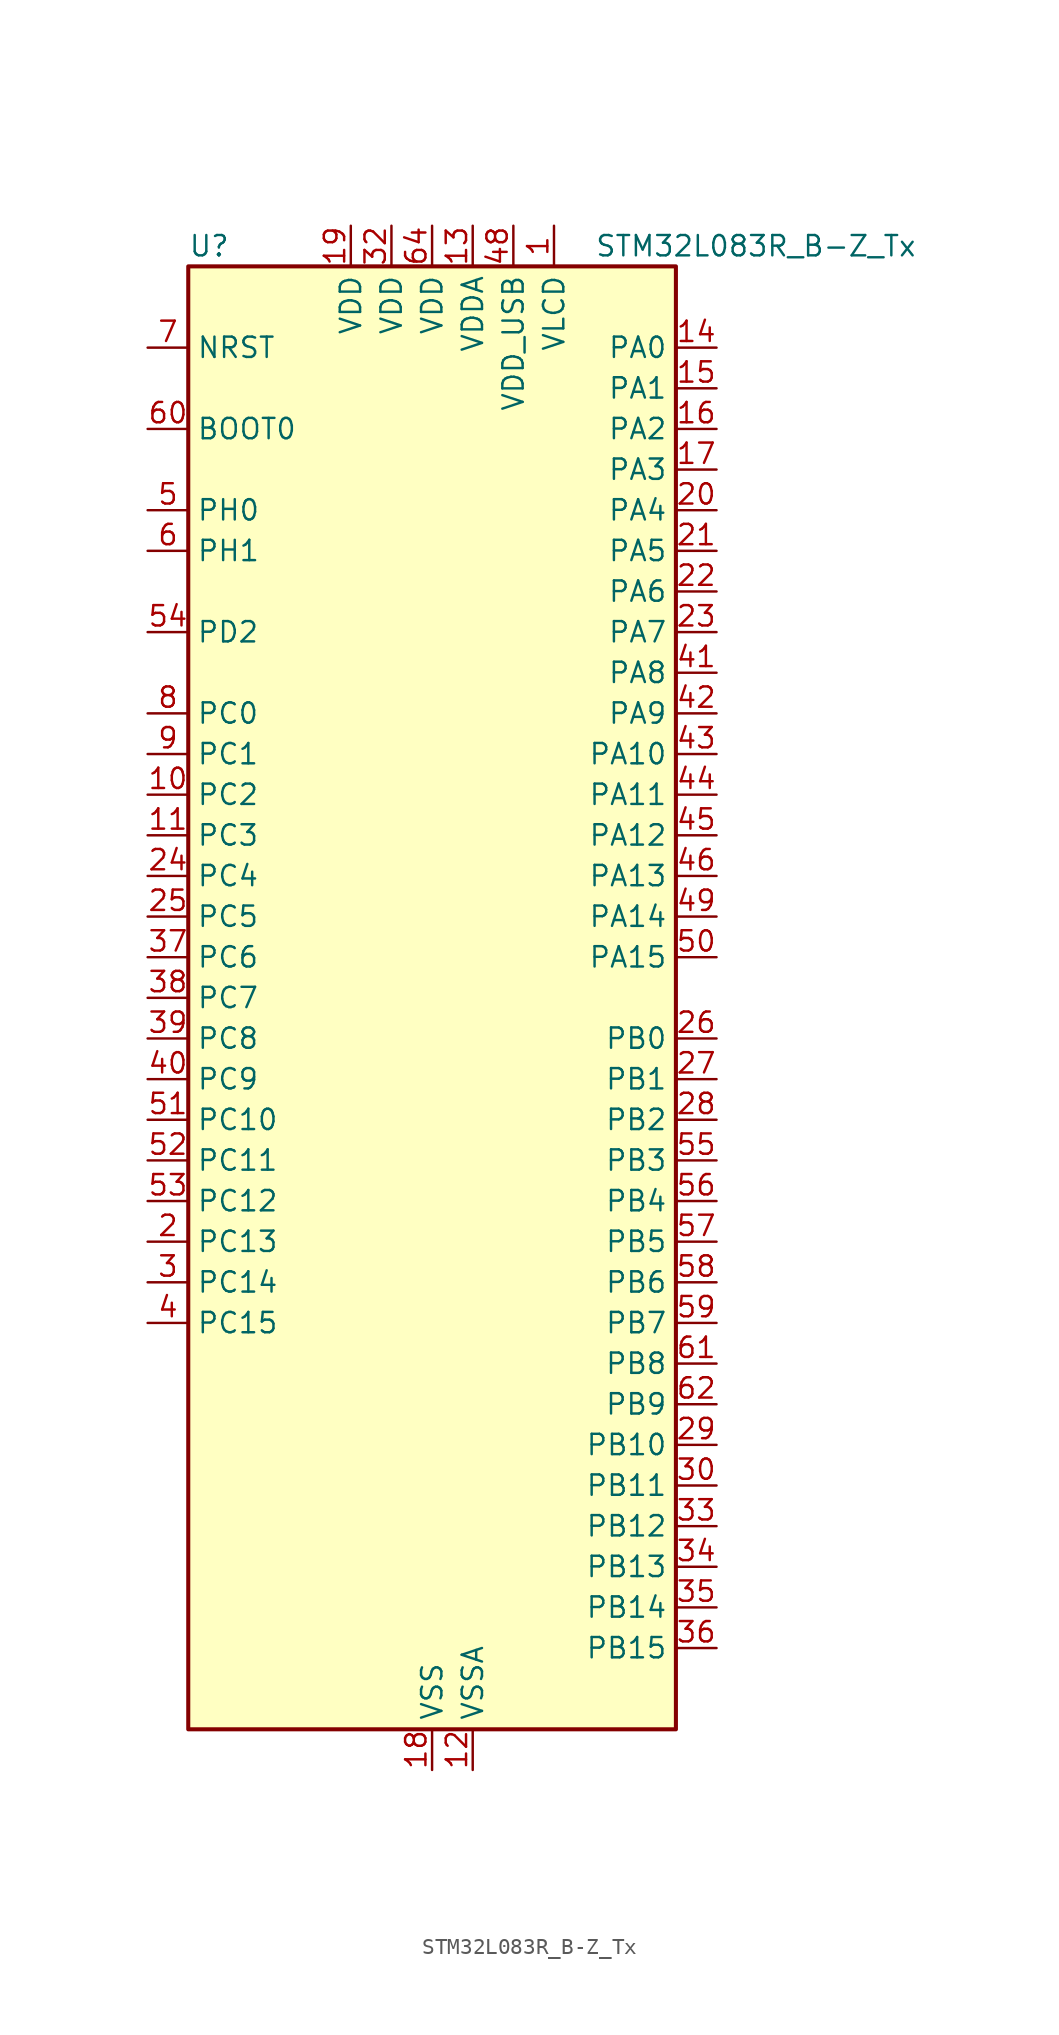
<source format=kicad_sym>
(kicad_symbol_lib
  (version 20241209)
  (generator "kicad_symbol_editor")
  (generator_version "9.0")
  (symbol "STM32L083R_B-Z_Tx"
    (property "Reference" "U"
      (at -15.24 46.99 0)
      (effects (font (size 1.27 1.27)) (justify left)))
    (property "Value" "STM32L083R_B-Z_Tx"
      (at 10.16 46.99 0)
      (effects (font (size 1.27 1.27)) (justify left)))
    (symbol "STM32L083R_B-Z_Tx_0_1"
      (rectangle (start -15.24 -45.72) (end 15.24 45.72) (stroke (width 0.254) (type default)) (fill (type background))))
    (symbol "STM32L083R_B-Z_Tx_1_1"
      (pin input line (at -17.78 40.64 0) (length 2.54) (name "NRST" (effects (font (size 1.27 1.27)))) (number "7" (effects (font (size 1.27 1.27)))))
      (pin input line (at -17.78 35.56 0) (length 2.54) (name "BOOT0" (effects (font (size 1.27 1.27)))) (number "60" (effects (font (size 1.27 1.27)))))
      (pin bidirectional line (at -17.78 30.48 0) (length 2.54) (name "PH0" (effects (font (size 1.27 1.27)))) (number "5" (effects (font (size 1.27 1.27)))) (alternate "CRS_SYNC" bidirectional line) (alternate "RCC_OSC_IN" bidirectional line))
      (pin bidirectional line (at -17.78 27.94 0) (length 2.54) (name "PH1" (effects (font (size 1.27 1.27)))) (number "6" (effects (font (size 1.27 1.27)))) (alternate "RCC_OSC_OUT" bidirectional line))
      (pin bidirectional line (at -17.78 22.86 0) (length 2.54) (name "PD2" (effects (font (size 1.27 1.27)))) (number "54" (effects (font (size 1.27 1.27)))) (alternate "LCD_COM7" bidirectional line) (alternate "LCD_SEG31" bidirectional line) (alternate "LPUART1_DE" bidirectional line) (alternate "LPUART1_RTS" bidirectional line) (alternate "TIM3_ETR" bidirectional line) (alternate "USART5_RX" bidirectional line))
      (pin bidirectional line (at -17.78 17.78 0) (length 2.54) (name "PC0" (effects (font (size 1.27 1.27)))) (number "8" (effects (font (size 1.27 1.27)))) (alternate "ADC_IN10" bidirectional line) (alternate "I2C3_SCL" bidirectional line) (alternate "LCD_SEG18" bidirectional line) (alternate "LPTIM1_IN1" bidirectional line) (alternate "LPUART1_RX" bidirectional line) (alternate "TSC_G7_IO1" bidirectional line))
      (pin bidirectional line (at -17.78 15.24 0) (length 2.54) (name "PC1" (effects (font (size 1.27 1.27)))) (number "9" (effects (font (size 1.27 1.27)))) (alternate "ADC_IN11" bidirectional line) (alternate "I2C3_SDA" bidirectional line) (alternate "LCD_SEG19" bidirectional line) (alternate "LPTIM1_OUT" bidirectional line) (alternate "LPUART1_TX" bidirectional line) (alternate "TSC_G7_IO2" bidirectional line))
      (pin bidirectional line (at -17.78 12.7 0) (length 2.54) (name "PC2" (effects (font (size 1.27 1.27)))) (number "10" (effects (font (size 1.27 1.27)))) (alternate "ADC_IN12" bidirectional line) (alternate "I2S2_MCK" bidirectional line) (alternate "LCD_SEG20" bidirectional line) (alternate "LPTIM1_IN2" bidirectional line) (alternate "SPI2_MISO" bidirectional line) (alternate "TSC_G7_IO3" bidirectional line))
      (pin bidirectional line (at -17.78 10.16 0) (length 2.54) (name "PC3" (effects (font (size 1.27 1.27)))) (number "11" (effects (font (size 1.27 1.27)))) (alternate "ADC_IN13" bidirectional line) (alternate "I2S2_SD" bidirectional line) (alternate "LCD_SEG21" bidirectional line) (alternate "LPTIM1_ETR" bidirectional line) (alternate "SPI2_MOSI" bidirectional line) (alternate "TSC_G7_IO4" bidirectional line))
      (pin bidirectional line (at -17.78 7.62 0) (length 2.54) (name "PC4" (effects (font (size 1.27 1.27)))) (number "24" (effects (font (size 1.27 1.27)))) (alternate "ADC_IN14" bidirectional line) (alternate "LCD_SEG22" bidirectional line) (alternate "LPUART1_TX" bidirectional line))
      (pin bidirectional line (at -17.78 5.08 0) (length 2.54) (name "PC5" (effects (font (size 1.27 1.27)))) (number "25" (effects (font (size 1.27 1.27)))) (alternate "ADC_IN15" bidirectional line) (alternate "LCD_SEG23" bidirectional line) (alternate "LPUART1_RX" bidirectional line) (alternate "TSC_G3_IO1" bidirectional line))
      (pin bidirectional line (at -17.78 2.54 0) (length 2.54) (name "PC6" (effects (font (size 1.27 1.27)))) (number "37" (effects (font (size 1.27 1.27)))) (alternate "LCD_SEG24" bidirectional line) (alternate "TIM22_CH1" bidirectional line) (alternate "TIM3_CH1" bidirectional line) (alternate "TSC_G8_IO1" bidirectional line))
      (pin bidirectional line (at -17.78 0 0) (length 2.54) (name "PC7" (effects (font (size 1.27 1.27)))) (number "38" (effects (font (size 1.27 1.27)))) (alternate "LCD_SEG25" bidirectional line) (alternate "TIM22_CH2" bidirectional line) (alternate "TIM3_CH2" bidirectional line) (alternate "TSC_G8_IO2" bidirectional line))
      (pin bidirectional line (at -17.78 -2.54 0) (length 2.54) (name "PC8" (effects (font (size 1.27 1.27)))) (number "39" (effects (font (size 1.27 1.27)))) (alternate "LCD_SEG26" bidirectional line) (alternate "TIM22_ETR" bidirectional line) (alternate "TIM3_CH3" bidirectional line) (alternate "TSC_G8_IO3" bidirectional line))
      (pin bidirectional line (at -17.78 -5.08 0) (length 2.54) (name "PC9" (effects (font (size 1.27 1.27)))) (number "40" (effects (font (size 1.27 1.27)))) (alternate "DAC_EXTI9" bidirectional line) (alternate "I2C3_SDA" bidirectional line) (alternate "LCD_SEG27" bidirectional line) (alternate "TIM21_ETR" bidirectional line) (alternate "TIM3_CH4" bidirectional line) (alternate "TSC_G8_IO4" bidirectional line) (alternate "USB_NOE" bidirectional line))
      (pin bidirectional line (at -17.78 -7.62 0) (length 2.54) (name "PC10" (effects (font (size 1.27 1.27)))) (number "51" (effects (font (size 1.27 1.27)))) (alternate "LCD_COM4" bidirectional line) (alternate "LCD_SEG28" bidirectional line) (alternate "LPUART1_TX" bidirectional line) (alternate "USART4_TX" bidirectional line))
      (pin bidirectional line (at -17.78 -10.16 0) (length 2.54) (name "PC11" (effects (font (size 1.27 1.27)))) (number "52" (effects (font (size 1.27 1.27)))) (alternate "ADC_EXTI11" bidirectional line) (alternate "LCD_COM5" bidirectional line) (alternate "LCD_SEG29" bidirectional line) (alternate "LPUART1_RX" bidirectional line) (alternate "USART4_RX" bidirectional line))
      (pin bidirectional line (at -17.78 -12.7 0) (length 2.54) (name "PC12" (effects (font (size 1.27 1.27)))) (number "53" (effects (font (size 1.27 1.27)))) (alternate "LCD_COM6" bidirectional line) (alternate "LCD_SEG30" bidirectional line) (alternate "USART4_CK" bidirectional line) (alternate "USART5_TX" bidirectional line))
      (pin bidirectional line (at -17.78 -15.24 0) (length 2.54) (name "PC13" (effects (font (size 1.27 1.27)))) (number "2" (effects (font (size 1.27 1.27)))) (alternate "RTC_OUT_ALARM" bidirectional line) (alternate "RTC_OUT_CALIB" bidirectional line) (alternate "RTC_TAMP1" bidirectional line) (alternate "RTC_TS" bidirectional line) (alternate "SYS_WKUP2" bidirectional line))
      (pin bidirectional line (at -17.78 -17.78 0) (length 2.54) (name "PC14" (effects (font (size 1.27 1.27)))) (number "3" (effects (font (size 1.27 1.27)))) (alternate "RCC_OSC32_IN" bidirectional line))
      (pin bidirectional line (at -17.78 -20.32 0) (length 2.54) (name "PC15" (effects (font (size 1.27 1.27)))) (number "4" (effects (font (size 1.27 1.27)))) (alternate "RCC_OSC32_OUT" bidirectional line))
      (pin power_in line (at -5.08 48.26 270) (length 2.54) (name "VDD" (effects (font (size 1.27 1.27)))) (number "19" (effects (font (size 1.27 1.27)))))
      (pin power_in line (at -2.54 48.26 270) (length 2.54) (name "VDD" (effects (font (size 1.27 1.27)))) (number "32" (effects (font (size 1.27 1.27)))))
      (pin power_in line (at 0 48.26 270) (length 2.54) (name "VDD" (effects (font (size 1.27 1.27)))) (number "64" (effects (font (size 1.27 1.27)))))
      (pin power_in line (at 0 -48.26 90) (length 2.54) (name "VSS" (effects (font (size 1.27 1.27)))) (number "18" (effects (font (size 1.27 1.27)))))
      (pin passive line (at 0 -48.26 90) (length 2.54) (hide yes) (name "VSS" (effects (font (size 1.27 1.27)))) (number "31" (effects (font (size 1.27 1.27)))))
      (pin passive line (at 0 -48.26 90) (length 2.54) (hide yes) (name "VSS" (effects (font (size 1.27 1.27)))) (number "47" (effects (font (size 1.27 1.27)))))
      (pin passive line (at 0 -48.26 90) (length 2.54) (hide yes) (name "VSS" (effects (font (size 1.27 1.27)))) (number "63" (effects (font (size 1.27 1.27)))))
      (pin power_in line (at 2.54 48.26 270) (length 2.54) (name "VDDA" (effects (font (size 1.27 1.27)))) (number "13" (effects (font (size 1.27 1.27)))))
      (pin power_in line (at 2.54 -48.26 90) (length 2.54) (name "VSSA" (effects (font (size 1.27 1.27)))) (number "12" (effects (font (size 1.27 1.27)))))
      (pin power_in line (at 5.08 48.26 270) (length 2.54) (name "VDD_USB" (effects (font (size 1.27 1.27)))) (number "48" (effects (font (size 1.27 1.27)))))
      (pin power_in line (at 7.62 48.26 270) (length 2.54) (name "VLCD" (effects (font (size 1.27 1.27)))) (number "1" (effects (font (size 1.27 1.27)))))
      (pin bidirectional line (at 17.78 40.64 180) (length 2.54) (name "PA0" (effects (font (size 1.27 1.27)))) (number "14" (effects (font (size 1.27 1.27)))) (alternate "ADC_IN0" bidirectional line) (alternate "COMP1_INM" bidirectional line) (alternate "COMP1_OUT" bidirectional line) (alternate "RTC_TAMP2" bidirectional line) (alternate "SYS_WKUP1" bidirectional line) (alternate "TIM2_CH1" bidirectional line) (alternate "TIM2_ETR" bidirectional line) (alternate "TSC_G1_IO1" bidirectional line) (alternate "USART2_CTS" bidirectional line) (alternate "USART4_TX" bidirectional line))
      (pin bidirectional line (at 17.78 38.1 180) (length 2.54) (name "PA1" (effects (font (size 1.27 1.27)))) (number "15" (effects (font (size 1.27 1.27)))) (alternate "ADC_IN1" bidirectional line) (alternate "COMP1_INP" bidirectional line) (alternate "LCD_SEG0" bidirectional line) (alternate "TIM21_ETR" bidirectional line) (alternate "TIM2_CH2" bidirectional line) (alternate "TSC_G1_IO2" bidirectional line) (alternate "USART2_DE" bidirectional line) (alternate "USART2_RTS" bidirectional line) (alternate "USART4_RX" bidirectional line))
      (pin bidirectional line (at 17.78 35.56 180) (length 2.54) (name "PA2" (effects (font (size 1.27 1.27)))) (number "16" (effects (font (size 1.27 1.27)))) (alternate "ADC_IN2" bidirectional line) (alternate "COMP2_INM" bidirectional line) (alternate "COMP2_OUT" bidirectional line) (alternate "LCD_SEG1" bidirectional line) (alternate "LPUART1_TX" bidirectional line) (alternate "TIM21_CH1" bidirectional line) (alternate "TIM2_CH3" bidirectional line) (alternate "TSC_G1_IO3" bidirectional line) (alternate "USART2_TX" bidirectional line))
      (pin bidirectional line (at 17.78 33.02 180) (length 2.54) (name "PA3" (effects (font (size 1.27 1.27)))) (number "17" (effects (font (size 1.27 1.27)))) (alternate "ADC_IN3" bidirectional line) (alternate "COMP2_INP" bidirectional line) (alternate "LCD_SEG2" bidirectional line) (alternate "LPUART1_RX" bidirectional line) (alternate "TIM21_CH2" bidirectional line) (alternate "TIM2_CH4" bidirectional line) (alternate "TSC_G1_IO4" bidirectional line) (alternate "USART2_RX" bidirectional line))
      (pin bidirectional line (at 17.78 30.48 180) (length 2.54) (name "PA4" (effects (font (size 1.27 1.27)))) (number "20" (effects (font (size 1.27 1.27)))) (alternate "ADC_IN4" bidirectional line) (alternate "COMP1_INM" bidirectional line) (alternate "COMP2_INM" bidirectional line) (alternate "DAC_OUT1" bidirectional line) (alternate "SPI1_NSS" bidirectional line) (alternate "TIM22_ETR" bidirectional line) (alternate "TSC_G2_IO1" bidirectional line) (alternate "USART2_CK" bidirectional line))
      (pin bidirectional line (at 17.78 27.94 180) (length 2.54) (name "PA5" (effects (font (size 1.27 1.27)))) (number "21" (effects (font (size 1.27 1.27)))) (alternate "ADC_IN5" bidirectional line) (alternate "COMP1_INM" bidirectional line) (alternate "COMP2_INM" bidirectional line) (alternate "DAC_OUT2" bidirectional line) (alternate "SPI1_SCK" bidirectional line) (alternate "TIM2_CH1" bidirectional line) (alternate "TIM2_ETR" bidirectional line) (alternate "TSC_G2_IO2" bidirectional line))
      (pin bidirectional line (at 17.78 25.4 180) (length 2.54) (name "PA6" (effects (font (size 1.27 1.27)))) (number "22" (effects (font (size 1.27 1.27)))) (alternate "ADC_IN6" bidirectional line) (alternate "COMP1_OUT" bidirectional line) (alternate "LCD_SEG3" bidirectional line) (alternate "LPUART1_CTS" bidirectional line) (alternate "SPI1_MISO" bidirectional line) (alternate "TIM22_CH1" bidirectional line) (alternate "TIM3_CH1" bidirectional line) (alternate "TSC_G2_IO3" bidirectional line))
      (pin bidirectional line (at 17.78 22.86 180) (length 2.54) (name "PA7" (effects (font (size 1.27 1.27)))) (number "23" (effects (font (size 1.27 1.27)))) (alternate "ADC_IN7" bidirectional line) (alternate "COMP2_OUT" bidirectional line) (alternate "LCD_SEG4" bidirectional line) (alternate "SPI1_MOSI" bidirectional line) (alternate "TIM22_CH2" bidirectional line) (alternate "TIM3_CH2" bidirectional line) (alternate "TSC_G2_IO4" bidirectional line))
      (pin bidirectional line (at 17.78 20.32 180) (length 2.54) (name "PA8" (effects (font (size 1.27 1.27)))) (number "41" (effects (font (size 1.27 1.27)))) (alternate "CRS_SYNC" bidirectional line) (alternate "I2C3_SCL" bidirectional line) (alternate "LCD_COM0" bidirectional line) (alternate "RCC_MCO" bidirectional line) (alternate "USART1_CK" bidirectional line))
      (pin bidirectional line (at 17.78 17.78 180) (length 2.54) (name "PA9" (effects (font (size 1.27 1.27)))) (number "42" (effects (font (size 1.27 1.27)))) (alternate "DAC_EXTI9" bidirectional line) (alternate "I2C1_SCL" bidirectional line) (alternate "I2C3_SMBA" bidirectional line) (alternate "LCD_COM1" bidirectional line) (alternate "RCC_MCO" bidirectional line) (alternate "TSC_G4_IO1" bidirectional line) (alternate "USART1_TX" bidirectional line))
      (pin bidirectional line (at 17.78 15.24 180) (length 2.54) (name "PA10" (effects (font (size 1.27 1.27)))) (number "43" (effects (font (size 1.27 1.27)))) (alternate "I2C1_SDA" bidirectional line) (alternate "LCD_COM2" bidirectional line) (alternate "TSC_G4_IO2" bidirectional line) (alternate "USART1_RX" bidirectional line))
      (pin bidirectional line (at 17.78 12.7 180) (length 2.54) (name "PA11" (effects (font (size 1.27 1.27)))) (number "44" (effects (font (size 1.27 1.27)))) (alternate "ADC_EXTI11" bidirectional line) (alternate "COMP1_OUT" bidirectional line) (alternate "SPI1_MISO" bidirectional line) (alternate "TSC_G4_IO3" bidirectional line) (alternate "USART1_CTS" bidirectional line) (alternate "USB_DM" bidirectional line))
      (pin bidirectional line (at 17.78 10.16 180) (length 2.54) (name "PA12" (effects (font (size 1.27 1.27)))) (number "45" (effects (font (size 1.27 1.27)))) (alternate "COMP2_OUT" bidirectional line) (alternate "SPI1_MOSI" bidirectional line) (alternate "TSC_G4_IO4" bidirectional line) (alternate "USART1_DE" bidirectional line) (alternate "USART1_RTS" bidirectional line) (alternate "USB_DP" bidirectional line))
      (pin bidirectional line (at 17.78 7.62 180) (length 2.54) (name "PA13" (effects (font (size 1.27 1.27)))) (number "46" (effects (font (size 1.27 1.27)))) (alternate "LPUART1_RX" bidirectional line) (alternate "SYS_SWDIO" bidirectional line) (alternate "USB_NOE" bidirectional line))
      (pin bidirectional line (at 17.78 5.08 180) (length 2.54) (name "PA14" (effects (font (size 1.27 1.27)))) (number "49" (effects (font (size 1.27 1.27)))) (alternate "LPUART1_TX" bidirectional line) (alternate "SYS_SWCLK" bidirectional line) (alternate "USART2_TX" bidirectional line))
      (pin bidirectional line (at 17.78 2.54 180) (length 2.54) (name "PA15" (effects (font (size 1.27 1.27)))) (number "50" (effects (font (size 1.27 1.27)))) (alternate "LCD_SEG17" bidirectional line) (alternate "SPI1_NSS" bidirectional line) (alternate "TIM2_CH1" bidirectional line) (alternate "TIM2_ETR" bidirectional line) (alternate "USART2_RX" bidirectional line) (alternate "USART4_DE" bidirectional line) (alternate "USART4_RTS" bidirectional line))
      (pin bidirectional line (at 17.78 -2.54 180) (length 2.54) (name "PB0" (effects (font (size 1.27 1.27)))) (number "26" (effects (font (size 1.27 1.27)))) (alternate "ADC_IN8" bidirectional line) (alternate "LCD_SEG5" bidirectional line) (alternate "LCD_VLCD3" bidirectional line) (alternate "SYS_VREF_OUT_PB0" bidirectional line) (alternate "TIM3_CH3" bidirectional line) (alternate "TSC_G3_IO2" bidirectional line))
      (pin bidirectional line (at 17.78 -5.08 180) (length 2.54) (name "PB1" (effects (font (size 1.27 1.27)))) (number "27" (effects (font (size 1.27 1.27)))) (alternate "ADC_IN9" bidirectional line) (alternate "LCD_SEG6" bidirectional line) (alternate "LPUART1_DE" bidirectional line) (alternate "LPUART1_RTS" bidirectional line) (alternate "SYS_VREF_OUT_PB1" bidirectional line) (alternate "TIM3_CH4" bidirectional line) (alternate "TSC_G3_IO3" bidirectional line))
      (pin bidirectional line (at 17.78 -7.62 180) (length 2.54) (name "PB2" (effects (font (size 1.27 1.27)))) (number "28" (effects (font (size 1.27 1.27)))) (alternate "I2C3_SMBA" bidirectional line) (alternate "LCD_VLCD2" bidirectional line) (alternate "LPTIM1_OUT" bidirectional line) (alternate "TSC_G3_IO4" bidirectional line))
      (pin bidirectional line (at 17.78 -10.16 180) (length 2.54) (name "PB3" (effects (font (size 1.27 1.27)))) (number "55" (effects (font (size 1.27 1.27)))) (alternate "COMP2_INM" bidirectional line) (alternate "LCD_SEG7" bidirectional line) (alternate "SPI1_SCK" bidirectional line) (alternate "TIM2_CH2" bidirectional line) (alternate "TSC_G5_IO1" bidirectional line) (alternate "USART1_DE" bidirectional line) (alternate "USART1_RTS" bidirectional line) (alternate "USART5_TX" bidirectional line))
      (pin bidirectional line (at 17.78 -12.7 180) (length 2.54) (name "PB4" (effects (font (size 1.27 1.27)))) (number "56" (effects (font (size 1.27 1.27)))) (alternate "COMP2_INP" bidirectional line) (alternate "I2C3_SDA" bidirectional line) (alternate "LCD_SEG8" bidirectional line) (alternate "SPI1_MISO" bidirectional line) (alternate "TIM22_CH1" bidirectional line) (alternate "TIM3_CH1" bidirectional line) (alternate "TSC_G5_IO2" bidirectional line) (alternate "USART1_CTS" bidirectional line) (alternate "USART5_RX" bidirectional line))
      (pin bidirectional line (at 17.78 -15.24 180) (length 2.54) (name "PB5" (effects (font (size 1.27 1.27)))) (number "57" (effects (font (size 1.27 1.27)))) (alternate "COMP2_INP" bidirectional line) (alternate "I2C1_SMBA" bidirectional line) (alternate "LCD_SEG9" bidirectional line) (alternate "LPTIM1_IN1" bidirectional line) (alternate "SPI1_MOSI" bidirectional line) (alternate "TIM22_CH2" bidirectional line) (alternate "TIM3_CH2" bidirectional line) (alternate "USART1_CK" bidirectional line) (alternate "USART5_CK" bidirectional line) (alternate "USART5_DE" bidirectional line) (alternate "USART5_RTS" bidirectional line))
      (pin bidirectional line (at 17.78 -17.78 180) (length 2.54) (name "PB6" (effects (font (size 1.27 1.27)))) (number "58" (effects (font (size 1.27 1.27)))) (alternate "COMP2_INP" bidirectional line) (alternate "I2C1_SCL" bidirectional line) (alternate "LPTIM1_ETR" bidirectional line) (alternate "TSC_G5_IO3" bidirectional line) (alternate "USART1_TX" bidirectional line))
      (pin bidirectional line (at 17.78 -20.32 180) (length 2.54) (name "PB7" (effects (font (size 1.27 1.27)))) (number "59" (effects (font (size 1.27 1.27)))) (alternate "COMP2_INP" bidirectional line) (alternate "I2C1_SDA" bidirectional line) (alternate "LPTIM1_IN2" bidirectional line) (alternate "SYS_PVD_IN" bidirectional line) (alternate "TSC_G5_IO4" bidirectional line) (alternate "USART1_RX" bidirectional line) (alternate "USART4_CTS" bidirectional line))
      (pin bidirectional line (at 17.78 -22.86 180) (length 2.54) (name "PB8" (effects (font (size 1.27 1.27)))) (number "61" (effects (font (size 1.27 1.27)))) (alternate "I2C1_SCL" bidirectional line) (alternate "LCD_SEG16" bidirectional line) (alternate "TSC_SYNC" bidirectional line))
      (pin bidirectional line (at 17.78 -25.4 180) (length 2.54) (name "PB9" (effects (font (size 1.27 1.27)))) (number "62" (effects (font (size 1.27 1.27)))) (alternate "DAC_EXTI9" bidirectional line) (alternate "I2C1_SDA" bidirectional line) (alternate "I2S2_WS" bidirectional line) (alternate "LCD_COM3" bidirectional line) (alternate "SPI2_NSS" bidirectional line))
      (pin bidirectional line (at 17.78 -27.94 180) (length 2.54) (name "PB10" (effects (font (size 1.27 1.27)))) (number "29" (effects (font (size 1.27 1.27)))) (alternate "I2C2_SCL" bidirectional line) (alternate "LCD_SEG10" bidirectional line) (alternate "LPUART1_RX" bidirectional line) (alternate "LPUART1_TX" bidirectional line) (alternate "SPI2_SCK" bidirectional line) (alternate "TIM2_CH3" bidirectional line) (alternate "TSC_SYNC" bidirectional line))
      (pin bidirectional line (at 17.78 -30.48 180) (length 2.54) (name "PB11" (effects (font (size 1.27 1.27)))) (number "30" (effects (font (size 1.27 1.27)))) (alternate "ADC_EXTI11" bidirectional line) (alternate "I2C2_SDA" bidirectional line) (alternate "LCD_SEG11" bidirectional line) (alternate "LPUART1_RX" bidirectional line) (alternate "LPUART1_TX" bidirectional line) (alternate "TIM2_CH4" bidirectional line) (alternate "TSC_G6_IO1" bidirectional line))
      (pin bidirectional line (at 17.78 -33.02 180) (length 2.54) (name "PB12" (effects (font (size 1.27 1.27)))) (number "33" (effects (font (size 1.27 1.27)))) (alternate "I2S2_WS" bidirectional line) (alternate "LCD_SEG12" bidirectional line) (alternate "LCD_VLCD2" bidirectional line) (alternate "LPUART1_DE" bidirectional line) (alternate "LPUART1_RTS" bidirectional line) (alternate "SPI2_NSS" bidirectional line) (alternate "TSC_G6_IO2" bidirectional line))
      (pin bidirectional line (at 17.78 -35.56 180) (length 2.54) (name "PB13" (effects (font (size 1.27 1.27)))) (number "34" (effects (font (size 1.27 1.27)))) (alternate "I2C2_SCL" bidirectional line) (alternate "I2S2_CK" bidirectional line) (alternate "LCD_SEG13" bidirectional line) (alternate "LPUART1_CTS" bidirectional line) (alternate "RCC_MCO" bidirectional line) (alternate "SPI2_SCK" bidirectional line) (alternate "TIM21_CH1" bidirectional line) (alternate "TSC_G6_IO3" bidirectional line))
      (pin bidirectional line (at 17.78 -38.1 180) (length 2.54) (name "PB14" (effects (font (size 1.27 1.27)))) (number "35" (effects (font (size 1.27 1.27)))) (alternate "I2C2_SDA" bidirectional line) (alternate "I2S2_MCK" bidirectional line) (alternate "LCD_SEG14" bidirectional line) (alternate "LPUART1_DE" bidirectional line) (alternate "LPUART1_RTS" bidirectional line) (alternate "RTC_OUT_ALARM" bidirectional line) (alternate "RTC_OUT_CALIB" bidirectional line) (alternate "SPI2_MISO" bidirectional line) (alternate "TIM21_CH2" bidirectional line) (alternate "TSC_G6_IO4" bidirectional line))
      (pin bidirectional line (at 17.78 -40.64 180) (length 2.54) (name "PB15" (effects (font (size 1.27 1.27)))) (number "36" (effects (font (size 1.27 1.27)))) (alternate "I2S2_SD" bidirectional line) (alternate "LCD_SEG15" bidirectional line) (alternate "RTC_REFIN" bidirectional line) (alternate "SPI2_MOSI" bidirectional line)))))
</source>
